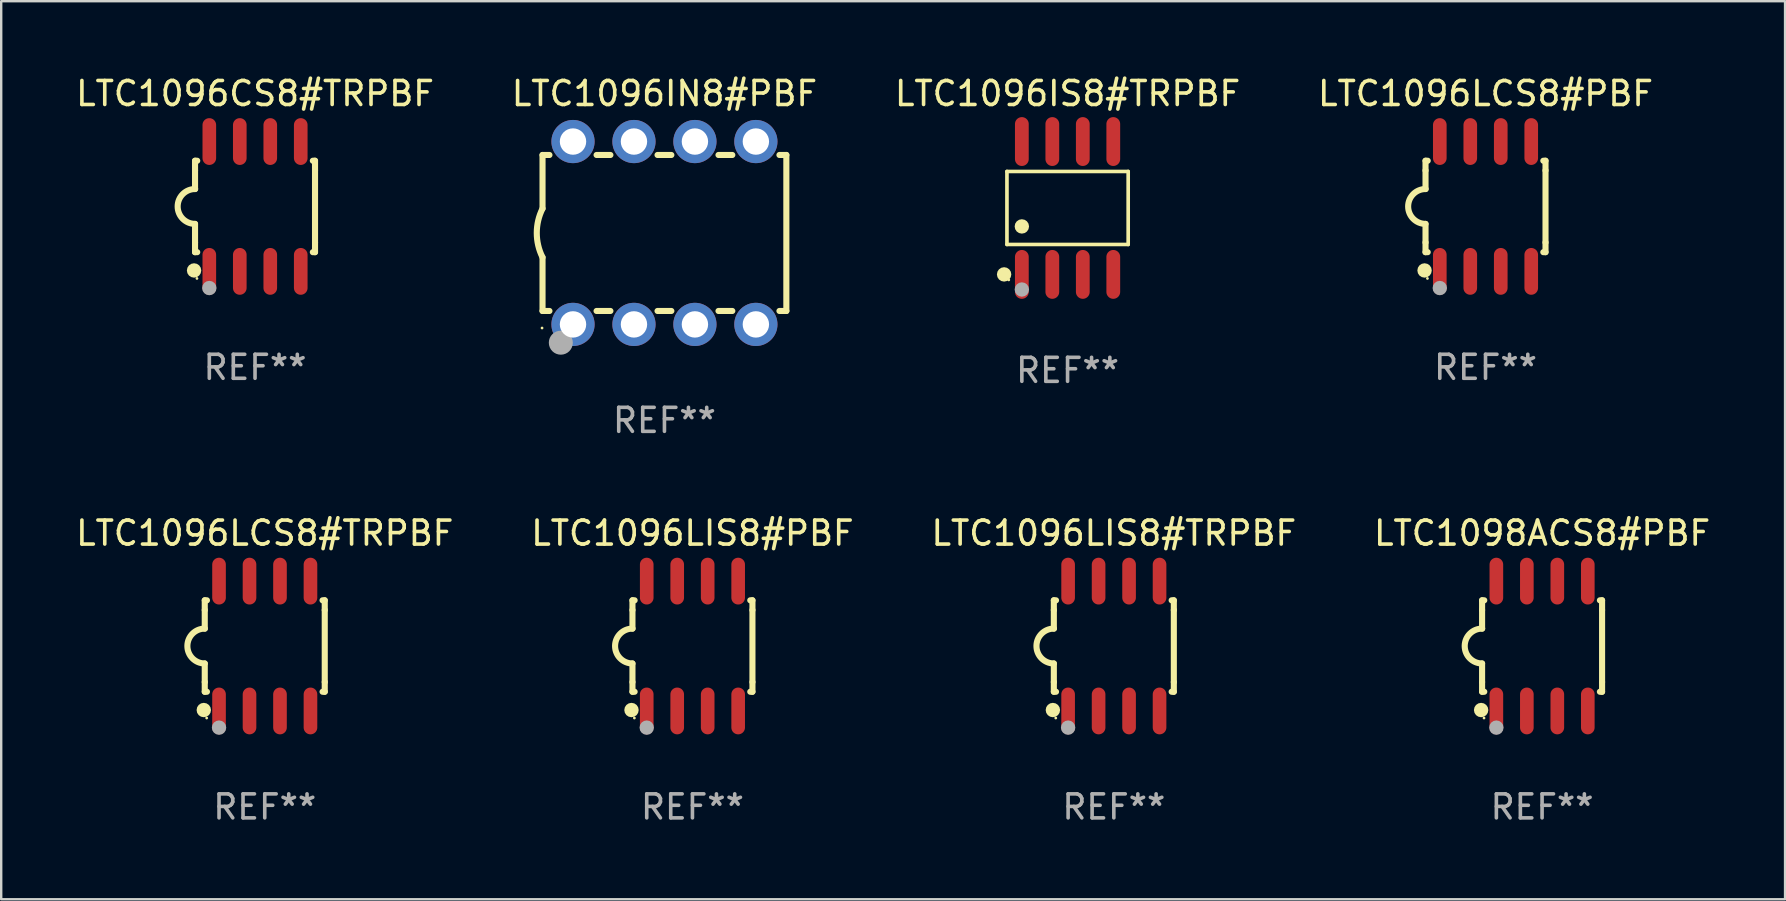
<source format=kicad_pcb>
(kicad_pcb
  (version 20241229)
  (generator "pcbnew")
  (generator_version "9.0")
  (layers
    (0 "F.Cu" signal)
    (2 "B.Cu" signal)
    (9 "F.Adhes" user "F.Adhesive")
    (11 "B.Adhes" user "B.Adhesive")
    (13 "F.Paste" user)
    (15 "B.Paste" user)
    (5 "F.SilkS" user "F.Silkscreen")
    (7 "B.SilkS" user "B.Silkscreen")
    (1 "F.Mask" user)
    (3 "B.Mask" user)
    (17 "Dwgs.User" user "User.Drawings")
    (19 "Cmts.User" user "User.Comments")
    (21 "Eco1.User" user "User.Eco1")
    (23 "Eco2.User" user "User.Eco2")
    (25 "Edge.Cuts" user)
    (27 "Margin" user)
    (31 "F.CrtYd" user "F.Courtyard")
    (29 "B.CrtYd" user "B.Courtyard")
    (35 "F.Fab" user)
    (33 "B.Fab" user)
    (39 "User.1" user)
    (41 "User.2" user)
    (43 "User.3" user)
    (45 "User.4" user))
  (footprint "LTC1096LIS8#PBF"
    (layer "F.Cu")
    (at 25.804 23.87)
    (property "Reference" "LTC1096LIS8#PBF" (at 0 -4.705 0) (layer "F.SilkS") (effects (font (size 1 1) (thickness 0.15))))
    (attr through_hole)
    (fp_line (start -2.5 -1.905) (end -2.409 -1.905) (stroke (width 0.254) (type solid)) (layer "F.SilkS"))
    (fp_line (start -2.5 -1.5) (end -2.5 -1.905) (stroke (width 0.254) (type solid)) (layer "F.SilkS"))
    (fp_line (start -2.5 -1.5) (end -2.5 -0.726) (stroke (width 0.254) (type solid)) (layer "F.SilkS"))
    (fp_line (start -2.5 1.5) (end -2.5 0.727) (stroke (width 0.254) (type solid)) (layer "F.SilkS"))
    (fp_line (start -2.5 1.5) (end -2.5 1.905) (stroke (width 0.254) (type solid)) (layer "F.SilkS"))
    (fp_line (start -2.5 1.905) (end -2.409 1.905) (stroke (width 0.254) (type solid)) (layer "F.SilkS"))
    (fp_line (start 2.5 -1.905) (end 2.409 -1.905) (stroke (width 0.254) (type solid)) (layer "F.SilkS"))
    (fp_line (start 2.5 -1.5) (end 2.5 -1.905) (stroke (width 0.254) (type solid)) (layer "F.SilkS"))
    (fp_line (start 2.5 -1.5) (end 2.5 1.5) (stroke (width 0.254) (type solid)) (layer "F.SilkS"))
    (fp_line (start 2.5 1.5) (end 2.5 1.905) (stroke (width 0.254) (type solid)) (layer "F.SilkS"))
    (fp_line (start 2.5 1.905) (end 2.409 1.905) (stroke (width 0.254) (type solid)) (layer "F.SilkS"))
    (fp_arc (start -2.5 0.726568) (mid -3.220316 -0.0023) (end -2.495097 -0.726289) (stroke (width 0.254001) (type solid)) (layer "F.SilkS"))
    (fp_circle (center -2.54 2.667) (end -2.39 2.667) (stroke (width 0.3) (type solid)) (fill no) (layer "F.SilkS"))
    (fp_circle (center -2.42 3) (end -2.39 3) (stroke (width 0.06) (type solid)) (fill no) (layer "F.SilkS"))
    (fp_circle (center -1.905 3.4) (end -1.755 3.4) (stroke (width 0.3) (type solid)) (fill no) (layer "F.Fab"))
    (fp_text user "REF**" (at 0 6.705 0) (layer "F.Fab") (effects (font (size 1 1) (thickness 0.15))))
    (pad "1" smd oval (at -1.905 2.705) (size 0.568 1.95) (layers "F.Cu" "F.Mask" "F.Paste"))
    (pad "2" smd oval (at -0.635 2.705) (size 0.568 1.95) (layers "F.Cu" "F.Mask" "F.Paste"))
    (pad "3" smd oval (at 0.635 2.705) (size 0.568 1.95) (layers "F.Cu" "F.Mask" "F.Paste"))
    (pad "4" smd oval (at 1.905 2.705) (size 0.568 1.95) (layers "F.Cu" "F.Mask" "F.Paste"))
    (pad "5" smd oval (at 1.905 -2.705) (size 0.568 1.95) (layers "F.Cu" "F.Mask" "F.Paste"))
    (pad "6" smd oval (at 0.635 -2.705) (size 0.568 1.95) (layers "F.Cu" "F.Mask" "F.Paste"))
    (pad "7" smd oval (at -0.635 -2.705) (size 0.568 1.95) (layers "F.Cu" "F.Mask" "F.Paste"))
    (pad "8" smd oval (at -1.905 -2.705) (size 0.568 1.95) (layers "F.Cu" "F.Mask" "F.Paste")))
  (footprint "LTC1096LIS8#TRPBF"
    (layer "F.Cu")
    (at 43.363 23.87)
    (property "Reference" "LTC1096LIS8#TRPBF" (at 0 -4.705 0) (layer "F.SilkS") (effects (font (size 1 1) (thickness 0.15))))
    (attr through_hole)
    (fp_line (start -2.5 -1.905) (end -2.409 -1.905) (stroke (width 0.254) (type solid)) (layer "F.SilkS"))
    (fp_line (start -2.5 -1.5) (end -2.5 -1.905) (stroke (width 0.254) (type solid)) (layer "F.SilkS"))
    (fp_line (start -2.5 -1.5) (end -2.5 -0.726) (stroke (width 0.254) (type solid)) (layer "F.SilkS"))
    (fp_line (start -2.5 1.5) (end -2.5 0.727) (stroke (width 0.254) (type solid)) (layer "F.SilkS"))
    (fp_line (start -2.5 1.5) (end -2.5 1.905) (stroke (width 0.254) (type solid)) (layer "F.SilkS"))
    (fp_line (start -2.5 1.905) (end -2.409 1.905) (stroke (width 0.254) (type solid)) (layer "F.SilkS"))
    (fp_line (start 2.5 -1.905) (end 2.409 -1.905) (stroke (width 0.254) (type solid)) (layer "F.SilkS"))
    (fp_line (start 2.5 -1.5) (end 2.5 -1.905) (stroke (width 0.254) (type solid)) (layer "F.SilkS"))
    (fp_line (start 2.5 -1.5) (end 2.5 1.5) (stroke (width 0.254) (type solid)) (layer "F.SilkS"))
    (fp_line (start 2.5 1.5) (end 2.5 1.905) (stroke (width 0.254) (type solid)) (layer "F.SilkS"))
    (fp_line (start 2.5 1.905) (end 2.409 1.905) (stroke (width 0.254) (type solid)) (layer "F.SilkS"))
    (fp_arc (start -2.5 0.726568) (mid -3.220316 -0.0023) (end -2.495097 -0.726289) (stroke (width 0.254001) (type solid)) (layer "F.SilkS"))
    (fp_circle (center -2.54 2.667) (end -2.39 2.667) (stroke (width 0.3) (type solid)) (fill no) (layer "F.SilkS"))
    (fp_circle (center -2.42 3) (end -2.39 3) (stroke (width 0.06) (type solid)) (fill no) (layer "F.SilkS"))
    (fp_circle (center -1.905 3.4) (end -1.755 3.4) (stroke (width 0.3) (type solid)) (fill no) (layer "F.Fab"))
    (fp_text user "REF**" (at 0 6.705 0) (layer "F.Fab") (effects (font (size 1 1) (thickness 0.15))))
    (pad "1" smd oval (at -1.905 2.705) (size 0.568 1.95) (layers "F.Cu" "F.Mask" "F.Paste"))
    (pad "2" smd oval (at -0.635 2.705) (size 0.568 1.95) (layers "F.Cu" "F.Mask" "F.Paste"))
    (pad "3" smd oval (at 0.635 2.705) (size 0.568 1.95) (layers "F.Cu" "F.Mask" "F.Paste"))
    (pad "4" smd oval (at 1.905 2.705) (size 0.568 1.95) (layers "F.Cu" "F.Mask" "F.Paste"))
    (pad "5" smd oval (at 1.905 -2.705) (size 0.568 1.95) (layers "F.Cu" "F.Mask" "F.Paste"))
    (pad "6" smd oval (at 0.635 -2.705) (size 0.568 1.95) (layers "F.Cu" "F.Mask" "F.Paste"))
    (pad "7" smd oval (at -0.635 -2.705) (size 0.568 1.95) (layers "F.Cu" "F.Mask" "F.Paste"))
    (pad "8" smd oval (at -1.905 -2.705) (size 0.568 1.95) (layers "F.Cu" "F.Mask" "F.Paste")))
  (footprint "LTC1098ACS8#PBF"
    (layer "F.Cu")
    (at 61.208 23.87)
    (property "Reference" "LTC1098ACS8#PBF" (at 0 -4.705 0) (layer "F.SilkS") (effects (font (size 1 1) (thickness 0.15))))
    (attr through_hole)
    (fp_line (start -2.5 -1.905) (end -2.409 -1.905) (stroke (width 0.254) (type solid)) (layer "F.SilkS"))
    (fp_line (start -2.5 -1.5) (end -2.5 -1.905) (stroke (width 0.254) (type solid)) (layer "F.SilkS"))
    (fp_line (start -2.5 -1.5) (end -2.5 -0.726) (stroke (width 0.254) (type solid)) (layer "F.SilkS"))
    (fp_line (start -2.5 1.5) (end -2.5 0.727) (stroke (width 0.254) (type solid)) (layer "F.SilkS"))
    (fp_line (start -2.5 1.5) (end -2.5 1.905) (stroke (width 0.254) (type solid)) (layer "F.SilkS"))
    (fp_line (start -2.5 1.905) (end -2.409 1.905) (stroke (width 0.254) (type solid)) (layer "F.SilkS"))
    (fp_line (start 2.5 -1.905) (end 2.409 -1.905) (stroke (width 0.254) (type solid)) (layer "F.SilkS"))
    (fp_line (start 2.5 -1.5) (end 2.5 -1.905) (stroke (width 0.254) (type solid)) (layer "F.SilkS"))
    (fp_line (start 2.5 -1.5) (end 2.5 1.5) (stroke (width 0.254) (type solid)) (layer "F.SilkS"))
    (fp_line (start 2.5 1.5) (end 2.5 1.905) (stroke (width 0.254) (type solid)) (layer "F.SilkS"))
    (fp_line (start 2.5 1.905) (end 2.409 1.905) (stroke (width 0.254) (type solid)) (layer "F.SilkS"))
    (fp_arc (start -2.5 0.726568) (mid -3.220316 -0.0023) (end -2.495097 -0.726289) (stroke (width 0.254001) (type solid)) (layer "F.SilkS"))
    (fp_circle (center -2.54 2.667) (end -2.39 2.667) (stroke (width 0.3) (type solid)) (fill no) (layer "F.SilkS"))
    (fp_circle (center -2.42 3) (end -2.39 3) (stroke (width 0.06) (type solid)) (fill no) (layer "F.SilkS"))
    (fp_circle (center -1.905 3.4) (end -1.755 3.4) (stroke (width 0.3) (type solid)) (fill no) (layer "F.Fab"))
    (fp_text user "REF**" (at 0 6.705 0) (layer "F.Fab") (effects (font (size 1 1) (thickness 0.15))))
    (pad "1" smd oval (at -1.905 2.705) (size 0.568 1.95) (layers "F.Cu" "F.Mask" "F.Paste"))
    (pad "2" smd oval (at -0.635 2.705) (size 0.568 1.95) (layers "F.Cu" "F.Mask" "F.Paste"))
    (pad "3" smd oval (at 0.635 2.705) (size 0.568 1.95) (layers "F.Cu" "F.Mask" "F.Paste"))
    (pad "4" smd oval (at 1.905 2.705) (size 0.568 1.95) (layers "F.Cu" "F.Mask" "F.Paste"))
    (pad "5" smd oval (at 1.905 -2.705) (size 0.568 1.95) (layers "F.Cu" "F.Mask" "F.Paste"))
    (pad "6" smd oval (at 0.635 -2.705) (size 0.568 1.95) (layers "F.Cu" "F.Mask" "F.Paste"))
    (pad "7" smd oval (at -0.635 -2.705) (size 0.568 1.95) (layers "F.Cu" "F.Mask" "F.Paste"))
    (pad "8" smd oval (at -1.905 -2.705) (size 0.568 1.95) (layers "F.Cu" "F.Mask" "F.Paste")))
  (footprint "LTC1096LCS8#TRPBF"
    (layer "F.Cu")
    (at 7.982 23.87)
    (property "Reference" "LTC1096LCS8#TRPBF" (at 0 -4.705 0) (layer "F.SilkS") (effects (font (size 1 1) (thickness 0.15))))
    (attr through_hole)
    (fp_line (start -2.5 -1.905) (end -2.409 -1.905) (stroke (width 0.254) (type solid)) (layer "F.SilkS"))
    (fp_line (start -2.5 -1.5) (end -2.5 -1.905) (stroke (width 0.254) (type solid)) (layer "F.SilkS"))
    (fp_line (start -2.5 -1.5) (end -2.5 -0.726) (stroke (width 0.254) (type solid)) (layer "F.SilkS"))
    (fp_line (start -2.5 1.5) (end -2.5 0.727) (stroke (width 0.254) (type solid)) (layer "F.SilkS"))
    (fp_line (start -2.5 1.5) (end -2.5 1.905) (stroke (width 0.254) (type solid)) (layer "F.SilkS"))
    (fp_line (start -2.5 1.905) (end -2.409 1.905) (stroke (width 0.254) (type solid)) (layer "F.SilkS"))
    (fp_line (start 2.5 -1.905) (end 2.409 -1.905) (stroke (width 0.254) (type solid)) (layer "F.SilkS"))
    (fp_line (start 2.5 -1.5) (end 2.5 -1.905) (stroke (width 0.254) (type solid)) (layer "F.SilkS"))
    (fp_line (start 2.5 -1.5) (end 2.5 1.5) (stroke (width 0.254) (type solid)) (layer "F.SilkS"))
    (fp_line (start 2.5 1.5) (end 2.5 1.905) (stroke (width 0.254) (type solid)) (layer "F.SilkS"))
    (fp_line (start 2.5 1.905) (end 2.409 1.905) (stroke (width 0.254) (type solid)) (layer "F.SilkS"))
    (fp_arc (start -2.5 0.726568) (mid -3.220316 -0.0023) (end -2.495097 -0.726289) (stroke (width 0.254001) (type solid)) (layer "F.SilkS"))
    (fp_circle (center -2.54 2.667) (end -2.39 2.667) (stroke (width 0.3) (type solid)) (fill no) (layer "F.SilkS"))
    (fp_circle (center -2.42 3) (end -2.39 3) (stroke (width 0.06) (type solid)) (fill no) (layer "F.SilkS"))
    (fp_circle (center -1.905 3.4) (end -1.755 3.4) (stroke (width 0.3) (type solid)) (fill no) (layer "F.Fab"))
    (fp_text user "REF**" (at 0 6.705 0) (layer "F.Fab") (effects (font (size 1 1) (thickness 0.15))))
    (pad "1" smd oval (at -1.905 2.705) (size 0.568 1.95) (layers "F.Cu" "F.Mask" "F.Paste"))
    (pad "2" smd oval (at -0.635 2.705) (size 0.568 1.95) (layers "F.Cu" "F.Mask" "F.Paste"))
    (pad "3" smd oval (at 0.635 2.705) (size 0.568 1.95) (layers "F.Cu" "F.Mask" "F.Paste"))
    (pad "4" smd oval (at 1.905 2.705) (size 0.568 1.95) (layers "F.Cu" "F.Mask" "F.Paste"))
    (pad "5" smd oval (at 1.905 -2.705) (size 0.568 1.95) (layers "F.Cu" "F.Mask" "F.Paste"))
    (pad "6" smd oval (at 0.635 -2.705) (size 0.568 1.95) (layers "F.Cu" "F.Mask" "F.Paste"))
    (pad "7" smd oval (at -0.635 -2.705) (size 0.568 1.95) (layers "F.Cu" "F.Mask" "F.Paste"))
    (pad "8" smd oval (at -1.905 -2.705) (size 0.568 1.95) (layers "F.Cu" "F.Mask" "F.Paste")))
  (footprint "LTC1096IS8#TRPBF"
    (layer "F.Cu")
    (at 41.435 5.616)
    (property "Reference" "LTC1096IS8#TRPBF" (at 0 -4.768 0) (layer "F.SilkS") (effects (font (size 1 1) (thickness 0.15))))
    (attr through_hole)
    (fp_line (start -2.526 -1.521) (end 2.526 -1.521) (stroke (width 0.152) (type solid)) (layer "F.SilkS"))
    (fp_line (start -2.526 1.521) (end -2.526 -1.521) (stroke (width 0.152) (type solid)) (layer "F.SilkS"))
    (fp_line (start 2.526 -1.521) (end 2.526 1.521) (stroke (width 0.152) (type solid)) (layer "F.SilkS"))
    (fp_line (start 2.526 1.521) (end -2.526 1.521) (stroke (width 0.152) (type solid)) (layer "F.SilkS"))
    (fp_circle (center -2.644 2.768) (end -2.494 2.768) (stroke (width 0.3) (type solid)) (fill no) (layer "F.SilkS"))
    (fp_circle (center -2.45 2.998) (end -2.42 2.998) (stroke (width 0.06) (type solid)) (fill no) (layer "F.SilkS"))
    (fp_circle (center -1.905 0.769) (end -1.755 0.769) (stroke (width 0.3) (type solid)) (fill no) (layer "F.SilkS"))
    (fp_circle (center -1.905 3.398) (end -1.755 3.398) (stroke (width 0.3) (type solid)) (fill no) (layer "F.Fab"))
    (fp_text user "REF**" (at 0 6.768 0) (layer "F.Fab") (effects (font (size 1 1) (thickness 0.15))))
    (pad "1" smd oval (at -1.905 2.768) (size 0.574 2.036) (layers "F.Cu" "F.Mask" "F.Paste"))
    (pad "2" smd oval (at -0.635 2.768) (size 0.574 2.036) (layers "F.Cu" "F.Mask" "F.Paste"))
    (pad "3" smd oval (at 0.635 2.768) (size 0.574 2.036) (layers "F.Cu" "F.Mask" "F.Paste"))
    (pad "4" smd oval (at 1.905 2.768) (size 0.574 2.036) (layers "F.Cu" "F.Mask" "F.Paste"))
    (pad "5" smd oval (at 1.905 -2.768) (size 0.574 2.036) (layers "F.Cu" "F.Mask" "F.Paste"))
    (pad "6" smd oval (at 0.635 -2.768) (size 0.574 2.036) (layers "F.Cu" "F.Mask" "F.Paste"))
    (pad "7" smd oval (at -0.635 -2.768) (size 0.574 2.036) (layers "F.Cu" "F.Mask" "F.Paste"))
    (pad "8" smd oval (at -1.905 -2.768) (size 0.574 2.036) (layers "F.Cu" "F.Mask" "F.Paste")))
  (footprint "LTC1096LCS8#PBF"
    (layer "F.Cu")
    (at 58.851 5.553)
    (property "Reference" "LTC1096LCS8#PBF" (at 0 -4.705 0) (layer "F.SilkS") (effects (font (size 1 1) (thickness 0.15))))
    (attr through_hole)
    (fp_line (start -2.5 -1.905) (end -2.409 -1.905) (stroke (width 0.254) (type solid)) (layer "F.SilkS"))
    (fp_line (start -2.5 -1.5) (end -2.5 -1.905) (stroke (width 0.254) (type solid)) (layer "F.SilkS"))
    (fp_line (start -2.5 -1.5) (end -2.5 -0.726) (stroke (width 0.254) (type solid)) (layer "F.SilkS"))
    (fp_line (start -2.5 1.5) (end -2.5 0.727) (stroke (width 0.254) (type solid)) (layer "F.SilkS"))
    (fp_line (start -2.5 1.5) (end -2.5 1.905) (stroke (width 0.254) (type solid)) (layer "F.SilkS"))
    (fp_line (start -2.5 1.905) (end -2.409 1.905) (stroke (width 0.254) (type solid)) (layer "F.SilkS"))
    (fp_line (start 2.5 -1.905) (end 2.409 -1.905) (stroke (width 0.254) (type solid)) (layer "F.SilkS"))
    (fp_line (start 2.5 -1.5) (end 2.5 -1.905) (stroke (width 0.254) (type solid)) (layer "F.SilkS"))
    (fp_line (start 2.5 -1.5) (end 2.5 1.5) (stroke (width 0.254) (type solid)) (layer "F.SilkS"))
    (fp_line (start 2.5 1.5) (end 2.5 1.905) (stroke (width 0.254) (type solid)) (layer "F.SilkS"))
    (fp_line (start 2.5 1.905) (end 2.409 1.905) (stroke (width 0.254) (type solid)) (layer "F.SilkS"))
    (fp_arc (start -2.5 0.726568) (mid -3.220316 -0.0023) (end -2.495097 -0.726289) (stroke (width 0.254001) (type solid)) (layer "F.SilkS"))
    (fp_circle (center -2.54 2.667) (end -2.39 2.667) (stroke (width 0.3) (type solid)) (fill no) (layer "F.SilkS"))
    (fp_circle (center -2.42 3) (end -2.39 3) (stroke (width 0.06) (type solid)) (fill no) (layer "F.SilkS"))
    (fp_circle (center -1.905 3.4) (end -1.755 3.4) (stroke (width 0.3) (type solid)) (fill no) (layer "F.Fab"))
    (fp_text user "REF**" (at 0 6.705 0) (layer "F.Fab") (effects (font (size 1 1) (thickness 0.15))))
    (pad "1" smd oval (at -1.905 2.705) (size 0.568 1.95) (layers "F.Cu" "F.Mask" "F.Paste"))
    (pad "2" smd oval (at -0.635 2.705) (size 0.568 1.95) (layers "F.Cu" "F.Mask" "F.Paste"))
    (pad "3" smd oval (at 0.635 2.705) (size 0.568 1.95) (layers "F.Cu" "F.Mask" "F.Paste"))
    (pad "4" smd oval (at 1.905 2.705) (size 0.568 1.95) (layers "F.Cu" "F.Mask" "F.Paste"))
    (pad "5" smd oval (at 1.905 -2.705) (size 0.568 1.95) (layers "F.Cu" "F.Mask" "F.Paste"))
    (pad "6" smd oval (at 0.635 -2.705) (size 0.568 1.95) (layers "F.Cu" "F.Mask" "F.Paste"))
    (pad "7" smd oval (at -0.635 -2.705) (size 0.568 1.95) (layers "F.Cu" "F.Mask" "F.Paste"))
    (pad "8" smd oval (at -1.905 -2.705) (size 0.568 1.95) (layers "F.Cu" "F.Mask" "F.Paste")))
  (footprint "LTC1096IN8#PBF"
    (layer "F.Cu")
    (at 24.637 6.658)
    (property "Reference" "LTC1096IN8#PBF" (at 0 -5.81 0) (layer "F.SilkS") (effects (font (size 1 1) (thickness 0.15))))
    (attr through_hole)
    (fp_line (start -5.08 -3.25) (end -5.08 -1.017) (stroke (width 0.254) (type solid)) (layer "F.SilkS"))
    (fp_line (start -5.08 -3.25) (end -4.792 -3.25) (stroke (width 0.254) (type solid)) (layer "F.SilkS"))
    (fp_line (start -5.08 3.25) (end -5.08 1.015) (stroke (width 0.254) (type solid)) (layer "F.SilkS"))
    (fp_line (start -5.08 3.25) (end -4.792 3.25) (stroke (width 0.254) (type solid)) (layer "F.SilkS"))
    (fp_line (start -2.828 -3.25) (end -2.252 -3.25) (stroke (width 0.254) (type solid)) (layer "F.SilkS"))
    (fp_line (start -2.828 3.25) (end -2.252 3.25) (stroke (width 0.254) (type solid)) (layer "F.SilkS"))
    (fp_line (start -0.288 -3.25) (end 0.288 -3.25) (stroke (width 0.254) (type solid)) (layer "F.SilkS"))
    (fp_line (start -0.288 3.25) (end 0.288 3.25) (stroke (width 0.254) (type solid)) (layer "F.SilkS"))
    (fp_line (start 2.252 -3.25) (end 2.828 -3.25) (stroke (width 0.254) (type solid)) (layer "F.SilkS"))
    (fp_line (start 2.252 3.25) (end 2.828 3.25) (stroke (width 0.254) (type solid)) (layer "F.SilkS"))
    (fp_line (start 4.792 -3.25) (end 5.08 -3.25) (stroke (width 0.254) (type solid)) (layer "F.SilkS"))
    (fp_line (start 4.792 3.25) (end 5.08 3.25) (stroke (width 0.254) (type solid)) (layer "F.SilkS"))
    (fp_line (start 5.08 -3.25) (end 5.08 3.25) (stroke (width 0.254) (type solid)) (layer "F.SilkS"))
    (fp_arc (start -5.08001 1.01524) (mid -5.319856 -0.000762) (end -5.08001 -1.016764) (stroke (width 0.254001) (type solid)) (layer "F.SilkS"))
    (fp_circle (center -5.1 3.96) (end -5.07 3.96) (stroke (width 0.06) (type solid)) (fill no) (layer "F.SilkS"))
    (fp_circle (center -4.318 4.572) (end -4.068 4.572) (stroke (width 0.5) (type solid)) (fill no) (layer "F.Fab"))
    (fp_text user "REF**" (at 0 7.81 0) (layer "F.Fab") (effects (font (size 1 1) (thickness 0.15))))
    (pad "1" thru_hole circle (at -3.81 3.81) (size 1.8 1.8) (drill 1.1) (layers "*.Cu" "*.Mask"))
    (pad "2" thru_hole circle (at -1.27 3.81) (size 1.8 1.8) (drill 1.1) (layers "*.Cu" "*.Mask"))
    (pad "3" thru_hole circle (at 1.27 3.81) (size 1.8 1.8) (drill 1.1) (layers "*.Cu" "*.Mask"))
    (pad "4" thru_hole circle (at 3.81 3.81) (size 1.8 1.8) (drill 1.1) (layers "*.Cu" "*.Mask"))
    (pad "5" thru_hole circle (at 3.81 -3.81) (size 1.8 1.8) (drill 1.1) (layers "*.Cu" "*.Mask"))
    (pad "6" thru_hole circle (at 1.27 -3.81) (size 1.8 1.8) (drill 1.1) (layers "*.Cu" "*.Mask"))
    (pad "7" thru_hole circle (at -1.27 -3.81) (size 1.8 1.8) (drill 1.1) (layers "*.Cu" "*.Mask"))
    (pad "8" thru_hole circle (at -3.81 -3.81) (size 1.8 1.8) (drill 1.1) (layers "*.Cu" "*.Mask")))
  (footprint "LTC1096CS8#TRPBF"
    (layer "F.Cu")
    (at 7.577 5.553)
    (property "Reference" "LTC1096CS8#TRPBF" (at 0 -4.705 0) (layer "F.SilkS") (effects (font (size 1 1) (thickness 0.15))))
    (attr through_hole)
    (fp_line (start -2.5 -1.905) (end -2.409 -1.905) (stroke (width 0.254) (type solid)) (layer "F.SilkS"))
    (fp_line (start -2.5 -1.5) (end -2.5 -1.905) (stroke (width 0.254) (type solid)) (layer "F.SilkS"))
    (fp_line (start -2.5 -1.5) (end -2.5 -0.726) (stroke (width 0.254) (type solid)) (layer "F.SilkS"))
    (fp_line (start -2.5 1.5) (end -2.5 0.727) (stroke (width 0.254) (type solid)) (layer "F.SilkS"))
    (fp_line (start -2.5 1.5) (end -2.5 1.905) (stroke (width 0.254) (type solid)) (layer "F.SilkS"))
    (fp_line (start -2.5 1.905) (end -2.409 1.905) (stroke (width 0.254) (type solid)) (layer "F.SilkS"))
    (fp_line (start 2.5 -1.905) (end 2.409 -1.905) (stroke (width 0.254) (type solid)) (layer "F.SilkS"))
    (fp_line (start 2.5 -1.5) (end 2.5 -1.905) (stroke (width 0.254) (type solid)) (layer "F.SilkS"))
    (fp_line (start 2.5 -1.5) (end 2.5 1.5) (stroke (width 0.254) (type solid)) (layer "F.SilkS"))
    (fp_line (start 2.5 1.5) (end 2.5 1.905) (stroke (width 0.254) (type solid)) (layer "F.SilkS"))
    (fp_line (start 2.5 1.905) (end 2.409 1.905) (stroke (width 0.254) (type solid)) (layer "F.SilkS"))
    (fp_arc (start -2.5 0.726568) (mid -3.220316 -0.0023) (end -2.495097 -0.726289) (stroke (width 0.254001) (type solid)) (layer "F.SilkS"))
    (fp_circle (center -2.54 2.667) (end -2.39 2.667) (stroke (width 0.3) (type solid)) (fill no) (layer "F.SilkS"))
    (fp_circle (center -2.42 3) (end -2.39 3) (stroke (width 0.06) (type solid)) (fill no) (layer "F.SilkS"))
    (fp_circle (center -1.905 3.4) (end -1.755 3.4) (stroke (width 0.3) (type solid)) (fill no) (layer "F.Fab"))
    (fp_text user "REF**" (at 0 6.705 0) (layer "F.Fab") (effects (font (size 1 1) (thickness 0.15))))
    (pad "1" smd oval (at -1.905 2.705) (size 0.568 1.95) (layers "F.Cu" "F.Mask" "F.Paste"))
    (pad "2" smd oval (at -0.635 2.705) (size 0.568 1.95) (layers "F.Cu" "F.Mask" "F.Paste"))
    (pad "3" smd oval (at 0.635 2.705) (size 0.568 1.95) (layers "F.Cu" "F.Mask" "F.Paste"))
    (pad "4" smd oval (at 1.905 2.705) (size 0.568 1.95) (layers "F.Cu" "F.Mask" "F.Paste"))
    (pad "5" smd oval (at 1.905 -2.705) (size 0.568 1.95) (layers "F.Cu" "F.Mask" "F.Paste"))
    (pad "6" smd oval (at 0.635 -2.705) (size 0.568 1.95) (layers "F.Cu" "F.Mask" "F.Paste"))
    (pad "7" smd oval (at -0.635 -2.705) (size 0.568 1.95) (layers "F.Cu" "F.Mask" "F.Paste"))
    (pad "8" smd oval (at -1.905 -2.705) (size 0.568 1.95) (layers "F.Cu" "F.Mask" "F.Paste")))
  (gr_rect
    (start -3 -3)
    (end 71.333 34.423)
    (stroke (width 0.1) (type default))
    (fill no)
    (layer "Edge.Cuts")))
</source>
